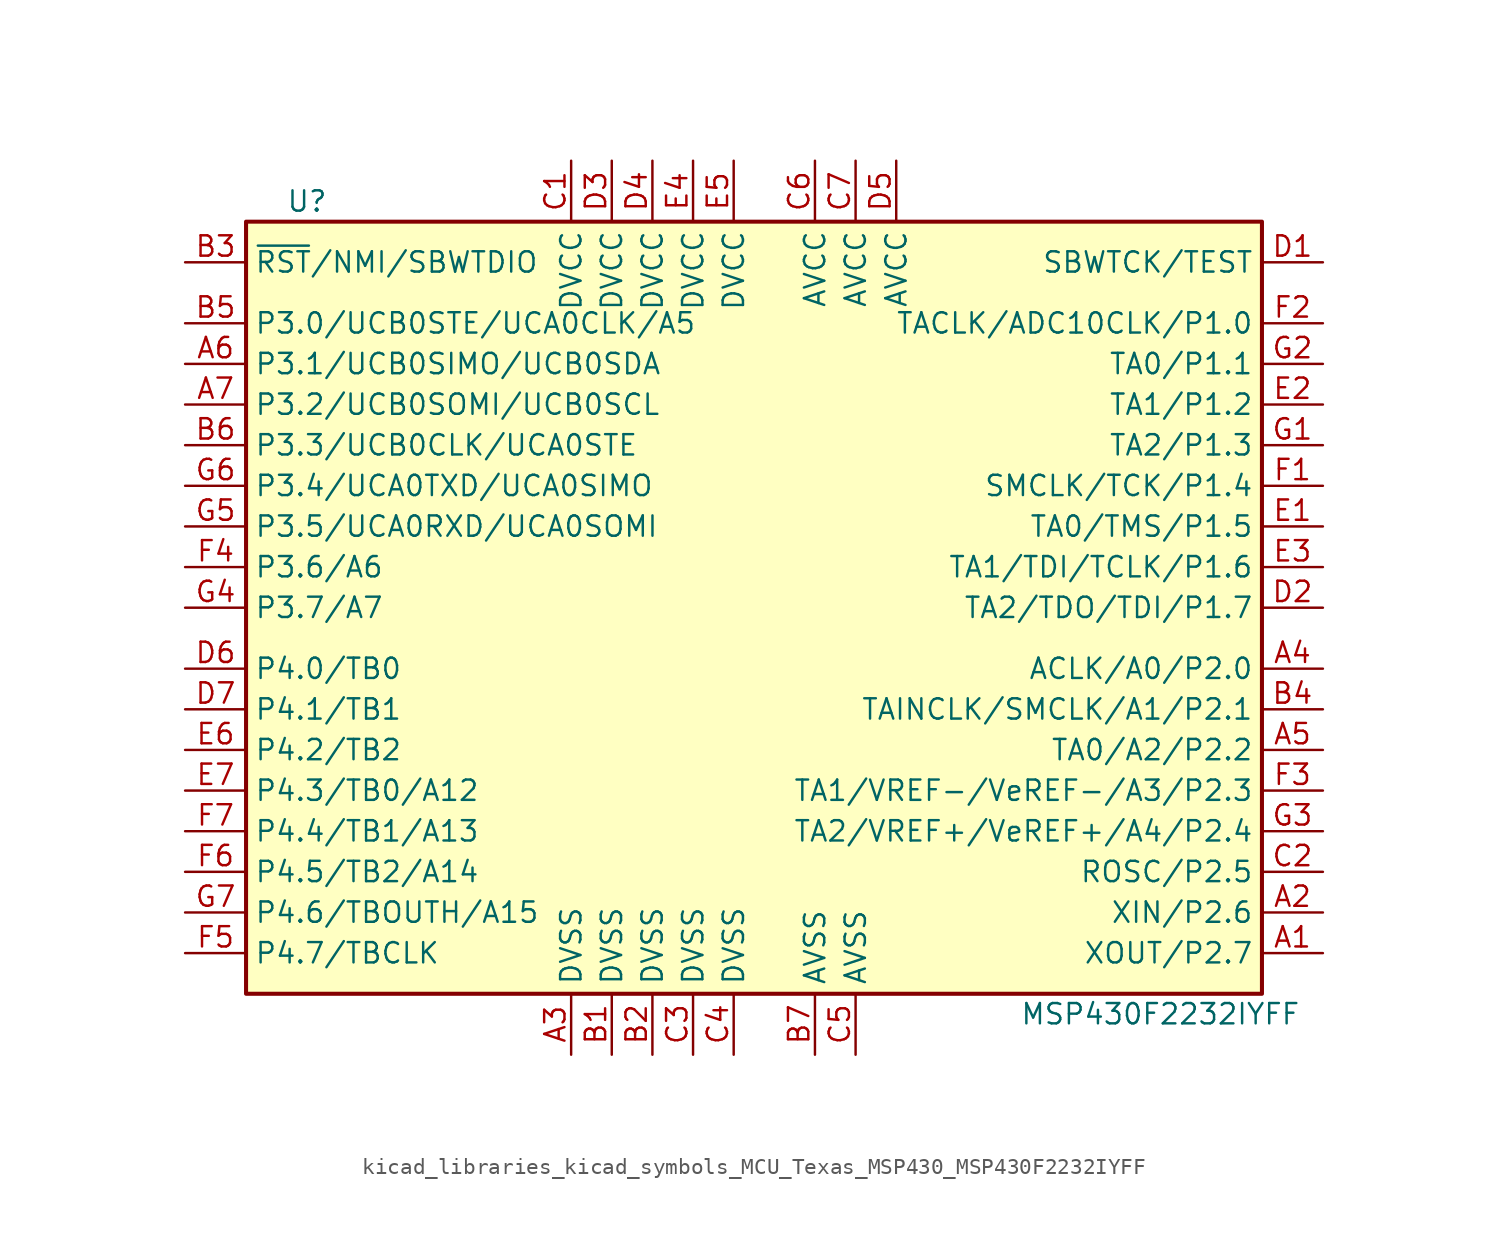
<source format=kicad_sym>
(kicad_symbol_lib
  (version 20220914)
  (generator kicad_symbol_editor)
  (symbol "kicad_libraries_kicad_symbols_MCU_Texas_MSP430_MSP430F2232IYFF"
    (property "Reference" "U"
      (at -29.21 25.4 0)
      (effects (font (size 1.27 1.27))))
    (property "Value" "MSP430F2232IYFF"
      (at 24.13 -25.4 0)
      (effects (font (size 1.27 1.27))))
    (symbol "kicad_libraries_kicad_symbols_MCU_Texas_MSP430_MSP430F2232IYFF_0_1"
      (rectangle (start -33.02 24.13) (end 30.48 -24.13) (stroke (width 0.254) (type default)) (fill (type background))))
    (symbol "kicad_libraries_kicad_symbols_MCU_Texas_MSP430_MSP430F2232IYFF_1_1"
      (pin bidirectional line (at 34.29 -21.59 180) (length 3.81) (name "XOUT/P2.7" (effects (font (size 1.27 1.27)))) (number "A1" (effects (font (size 1.27 1.27)))))
      (pin bidirectional line (at 34.29 -19.05 180) (length 3.81) (name "XIN/P2.6" (effects (font (size 1.27 1.27)))) (number "A2" (effects (font (size 1.27 1.27)))))
      (pin power_in line (at -12.7 -27.94 90) (length 3.81) (name "DVSS" (effects (font (size 1.27 1.27)))) (number "A3" (effects (font (size 1.27 1.27)))))
      (pin bidirectional line (at 34.29 -3.81 180) (length 3.81) (name "ACLK/A0/P2.0" (effects (font (size 1.27 1.27)))) (number "A4" (effects (font (size 1.27 1.27)))))
      (pin bidirectional line (at 34.29 -8.89 180) (length 3.81) (name "TA0/A2/P2.2" (effects (font (size 1.27 1.27)))) (number "A5" (effects (font (size 1.27 1.27)))))
      (pin bidirectional line (at -36.83 15.24 0) (length 3.81) (name "P3.1/UCB0SIMO/UCB0SDA" (effects (font (size 1.27 1.27)))) (number "A6" (effects (font (size 1.27 1.27)))))
      (pin bidirectional line (at -36.83 12.7 0) (length 3.81) (name "P3.2/UCB0SOMI/UCB0SCL" (effects (font (size 1.27 1.27)))) (number "A7" (effects (font (size 1.27 1.27)))))
      (pin power_in line (at -10.16 -27.94 90) (length 3.81) (name "DVSS" (effects (font (size 1.27 1.27)))) (number "B1" (effects (font (size 1.27 1.27)))))
      (pin power_in line (at -7.62 -27.94 90) (length 3.81) (name "DVSS" (effects (font (size 1.27 1.27)))) (number "B2" (effects (font (size 1.27 1.27)))))
      (pin input line (at -36.83 21.59 0) (length 3.81) (name "~{RST}/NMI/SBWTDIO" (effects (font (size 1.27 1.27)))) (number "B3" (effects (font (size 1.27 1.27)))))
      (pin bidirectional line (at 34.29 -6.35 180) (length 3.81) (name "TAINCLK/SMCLK/A1/P2.1" (effects (font (size 1.27 1.27)))) (number "B4" (effects (font (size 1.27 1.27)))))
      (pin bidirectional line (at -36.83 17.78 0) (length 3.81) (name "P3.0/UCB0STE/UCA0CLK/A5" (effects (font (size 1.27 1.27)))) (number "B5" (effects (font (size 1.27 1.27)))))
      (pin bidirectional line (at -36.83 10.16 0) (length 3.81) (name "P3.3/UCB0CLK/UCA0STE" (effects (font (size 1.27 1.27)))) (number "B6" (effects (font (size 1.27 1.27)))))
      (pin power_in line (at 2.54 -27.94 90) (length 3.81) (name "AVSS" (effects (font (size 1.27 1.27)))) (number "B7" (effects (font (size 1.27 1.27)))))
      (pin power_in line (at -12.7 27.94 270) (length 3.81) (name "DVCC" (effects (font (size 1.27 1.27)))) (number "C1" (effects (font (size 1.27 1.27)))))
      (pin bidirectional line (at 34.29 -16.51 180) (length 3.81) (name "ROSC/P2.5" (effects (font (size 1.27 1.27)))) (number "C2" (effects (font (size 1.27 1.27)))))
      (pin power_in line (at -5.08 -27.94 90) (length 3.81) (name "DVSS" (effects (font (size 1.27 1.27)))) (number "C3" (effects (font (size 1.27 1.27)))))
      (pin power_in line (at -2.54 -27.94 90) (length 3.81) (name "DVSS" (effects (font (size 1.27 1.27)))) (number "C4" (effects (font (size 1.27 1.27)))))
      (pin power_in line (at 5.08 -27.94 90) (length 3.81) (name "AVSS" (effects (font (size 1.27 1.27)))) (number "C5" (effects (font (size 1.27 1.27)))))
      (pin power_in line (at 2.54 27.94 270) (length 3.81) (name "AVCC" (effects (font (size 1.27 1.27)))) (number "C6" (effects (font (size 1.27 1.27)))))
      (pin power_in line (at 5.08 27.94 270) (length 3.81) (name "AVCC" (effects (font (size 1.27 1.27)))) (number "C7" (effects (font (size 1.27 1.27)))))
      (pin input line (at 34.29 21.59 180) (length 3.81) (name "SBWTCK/TEST" (effects (font (size 1.27 1.27)))) (number "D1" (effects (font (size 1.27 1.27)))))
      (pin bidirectional line (at 34.29 0 180) (length 3.81) (name "TA2/TDO/TDI/P1.7" (effects (font (size 1.27 1.27)))) (number "D2" (effects (font (size 1.27 1.27)))))
      (pin power_in line (at -10.16 27.94 270) (length 3.81) (name "DVCC" (effects (font (size 1.27 1.27)))) (number "D3" (effects (font (size 1.27 1.27)))))
      (pin power_in line (at -7.62 27.94 270) (length 3.81) (name "DVCC" (effects (font (size 1.27 1.27)))) (number "D4" (effects (font (size 1.27 1.27)))))
      (pin power_in line (at 7.62 27.94 270) (length 3.81) (name "AVCC" (effects (font (size 1.27 1.27)))) (number "D5" (effects (font (size 1.27 1.27)))))
      (pin bidirectional line (at -36.83 -3.81 0) (length 3.81) (name "P4.0/TB0" (effects (font (size 1.27 1.27)))) (number "D6" (effects (font (size 1.27 1.27)))))
      (pin bidirectional line (at -36.83 -6.35 0) (length 3.81) (name "P4.1/TB1" (effects (font (size 1.27 1.27)))) (number "D7" (effects (font (size 1.27 1.27)))))
      (pin bidirectional line (at 34.29 5.08 180) (length 3.81) (name "TA0/TMS/P1.5" (effects (font (size 1.27 1.27)))) (number "E1" (effects (font (size 1.27 1.27)))))
      (pin bidirectional line (at 34.29 12.7 180) (length 3.81) (name "TA1/P1.2" (effects (font (size 1.27 1.27)))) (number "E2" (effects (font (size 1.27 1.27)))))
      (pin bidirectional line (at 34.29 2.54 180) (length 3.81) (name "TA1/TDI/TCLK/P1.6" (effects (font (size 1.27 1.27)))) (number "E3" (effects (font (size 1.27 1.27)))))
      (pin power_in line (at -5.08 27.94 270) (length 3.81) (name "DVCC" (effects (font (size 1.27 1.27)))) (number "E4" (effects (font (size 1.27 1.27)))))
      (pin power_in line (at -2.54 27.94 270) (length 3.81) (name "DVCC" (effects (font (size 1.27 1.27)))) (number "E5" (effects (font (size 1.27 1.27)))))
      (pin bidirectional line (at -36.83 -8.89 0) (length 3.81) (name "P4.2/TB2" (effects (font (size 1.27 1.27)))) (number "E6" (effects (font (size 1.27 1.27)))))
      (pin bidirectional line (at -36.83 -11.43 0) (length 3.81) (name "P4.3/TB0/A12" (effects (font (size 1.27 1.27)))) (number "E7" (effects (font (size 1.27 1.27)))))
      (pin bidirectional line (at 34.29 7.62 180) (length 3.81) (name "SMCLK/TCK/P1.4" (effects (font (size 1.27 1.27)))) (number "F1" (effects (font (size 1.27 1.27)))))
      (pin bidirectional line (at 34.29 17.78 180) (length 3.81) (name "TACLK/ADC10CLK/P1.0" (effects (font (size 1.27 1.27)))) (number "F2" (effects (font (size 1.27 1.27)))))
      (pin bidirectional line (at 34.29 -11.43 180) (length 3.81) (name "TA1/VREF-/VeREF-/A3/P2.3" (effects (font (size 1.27 1.27)))) (number "F3" (effects (font (size 1.27 1.27)))))
      (pin bidirectional line (at -36.83 2.54 0) (length 3.81) (name "P3.6/A6" (effects (font (size 1.27 1.27)))) (number "F4" (effects (font (size 1.27 1.27)))))
      (pin bidirectional line (at -36.83 -21.59 0) (length 3.81) (name "P4.7/TBCLK" (effects (font (size 1.27 1.27)))) (number "F5" (effects (font (size 1.27 1.27)))))
      (pin bidirectional line (at -36.83 -16.51 0) (length 3.81) (name "P4.5/TB2/A14" (effects (font (size 1.27 1.27)))) (number "F6" (effects (font (size 1.27 1.27)))))
      (pin bidirectional line (at -36.83 -13.97 0) (length 3.81) (name "P4.4/TB1/A13" (effects (font (size 1.27 1.27)))) (number "F7" (effects (font (size 1.27 1.27)))))
      (pin bidirectional line (at 34.29 10.16 180) (length 3.81) (name "TA2/P1.3" (effects (font (size 1.27 1.27)))) (number "G1" (effects (font (size 1.27 1.27)))))
      (pin bidirectional line (at 34.29 15.24 180) (length 3.81) (name "TA0/P1.1" (effects (font (size 1.27 1.27)))) (number "G2" (effects (font (size 1.27 1.27)))))
      (pin bidirectional line (at 34.29 -13.97 180) (length 3.81) (name "TA2/VREF+/VeREF+/A4/P2.4" (effects (font (size 1.27 1.27)))) (number "G3" (effects (font (size 1.27 1.27)))))
      (pin bidirectional line (at -36.83 0 0) (length 3.81) (name "P3.7/A7" (effects (font (size 1.27 1.27)))) (number "G4" (effects (font (size 1.27 1.27)))))
      (pin bidirectional line (at -36.83 5.08 0) (length 3.81) (name "P3.5/UCA0RXD/UCA0SOMI" (effects (font (size 1.27 1.27)))) (number "G5" (effects (font (size 1.27 1.27)))))
      (pin bidirectional line (at -36.83 7.62 0) (length 3.81) (name "P3.4/UCA0TXD/UCA0SIMO" (effects (font (size 1.27 1.27)))) (number "G6" (effects (font (size 1.27 1.27)))))
      (pin bidirectional line (at -36.83 -19.05 0) (length 3.81) (name "P4.6/TBOUTH/A15" (effects (font (size 1.27 1.27)))) (number "G7" (effects (font (size 1.27 1.27))))))))
</source>
